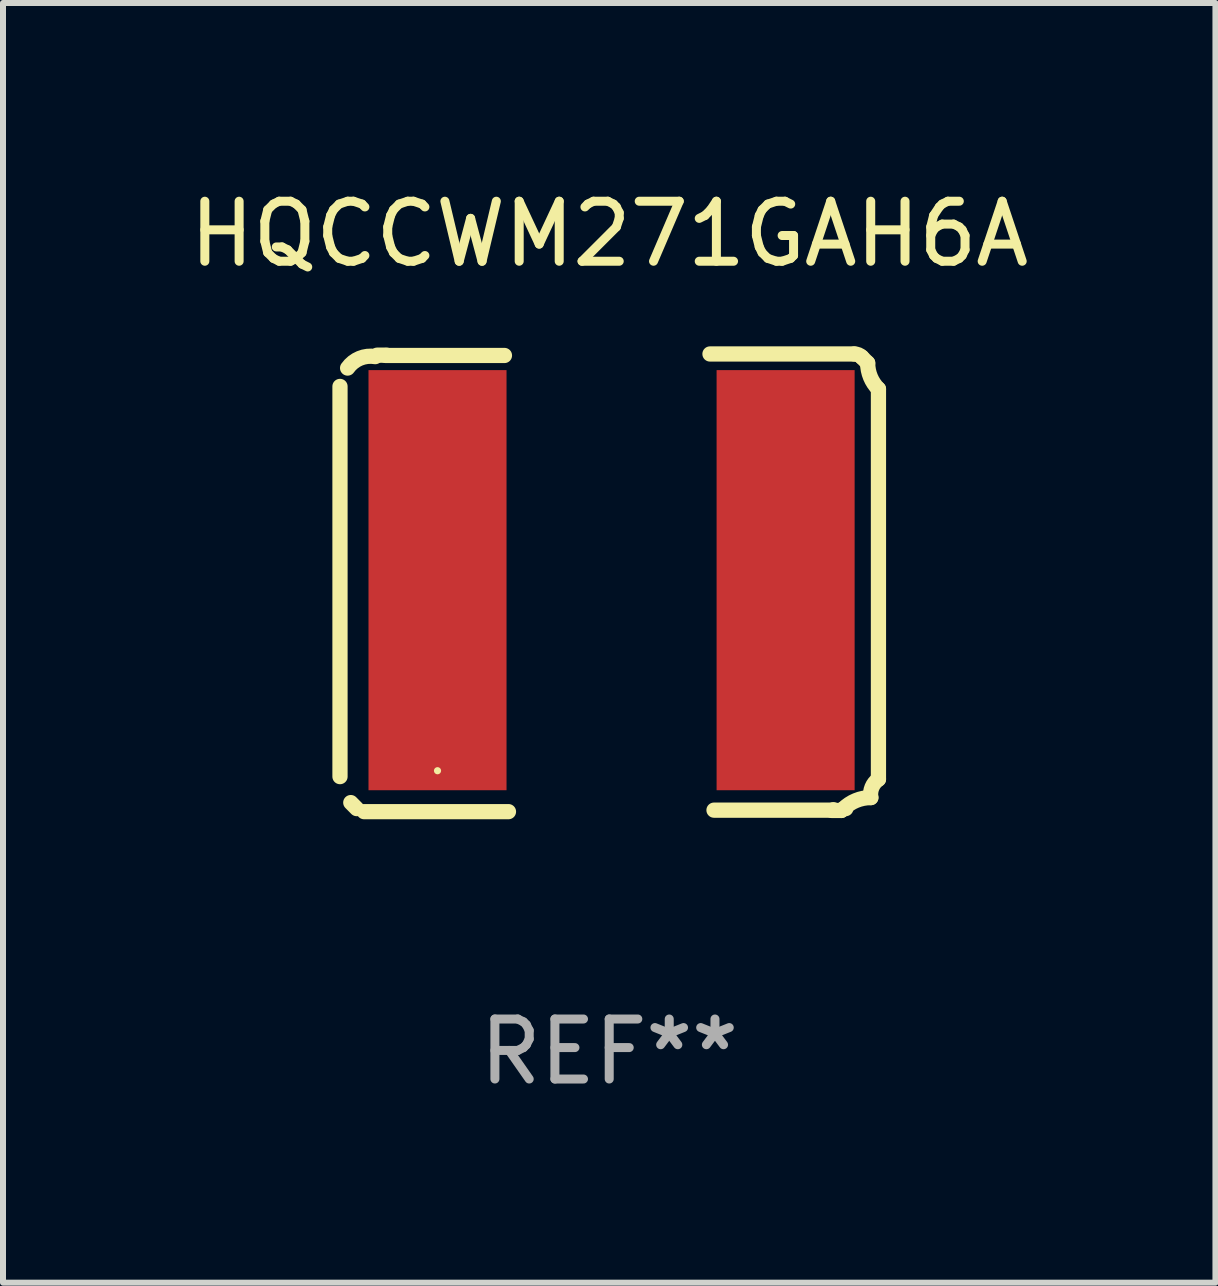
<source format=kicad_pcb>
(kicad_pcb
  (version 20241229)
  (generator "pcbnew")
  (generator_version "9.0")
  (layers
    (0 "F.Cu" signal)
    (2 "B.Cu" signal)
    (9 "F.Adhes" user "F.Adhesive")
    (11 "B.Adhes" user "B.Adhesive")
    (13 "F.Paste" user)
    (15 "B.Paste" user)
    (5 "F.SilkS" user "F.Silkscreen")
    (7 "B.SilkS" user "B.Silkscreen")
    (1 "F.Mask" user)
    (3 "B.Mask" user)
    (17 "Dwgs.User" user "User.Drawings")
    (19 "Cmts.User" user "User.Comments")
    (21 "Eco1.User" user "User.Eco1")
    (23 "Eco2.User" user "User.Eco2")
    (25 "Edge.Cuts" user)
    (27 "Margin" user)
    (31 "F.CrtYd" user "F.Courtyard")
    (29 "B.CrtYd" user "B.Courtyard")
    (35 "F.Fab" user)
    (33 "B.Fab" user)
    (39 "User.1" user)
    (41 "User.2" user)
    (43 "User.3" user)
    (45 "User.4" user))
  (footprint "HQCCWM271GAH6A"
    (layer "F.Cu")
    (at 7.101 6.661)
    (property "Reference" "HQCCWM271GAH6A" (at 0 -5.813 0) (layer "F.SilkS") (effects (font (size 1 1) (thickness 0.15))))
    (attr through_hole)
    (fp_line (start -4.486 -3.272) (end -4.486 3.229) (stroke (width 0.254) (type solid)) (layer "F.SilkS"))
    (fp_line (start -4.306 3.662) (end -4.207 3.762) (stroke (width 0.254) (type solid)) (layer "F.SilkS"))
    (fp_line (start -4.084 3.813) (end -1.679 3.813) (stroke (width 0.254) (type solid)) (layer "F.SilkS"))
    (fp_line (start -3.867 -3.793) (end -3.71 -3.793) (stroke (width 0.254) (type solid)) (layer "F.SilkS"))
    (fp_line (start -3.722 -3.788) (end -1.746 -3.788) (stroke (width 0.254) (type solid)) (layer "F.SilkS"))
    (fp_line (start 3.722 3.788) (end 1.746 3.788) (stroke (width 0.254) (type solid)) (layer "F.SilkS"))
    (fp_line (start 3.867 3.793) (end 3.71 3.793) (stroke (width 0.254) (type solid)) (layer "F.SilkS"))
    (fp_line (start 4.084 -3.813) (end 1.679 -3.813) (stroke (width 0.254) (type solid)) (layer "F.SilkS"))
    (fp_line (start 4.306 -3.662) (end 4.207 -3.762) (stroke (width 0.254) (type solid)) (layer "F.SilkS"))
    (fp_line (start 4.486 3.272) (end 4.486 -3.229) (stroke (width 0.254) (type solid)) (layer "F.SilkS"))
    (fp_arc (start -4.358992 -3.578563) (mid -4.156557 -3.740265) (end -3.899073 -3.769063) (stroke (width 0.254001) (type solid)) (layer "F.SilkS"))
    (fp_arc (start 3.721856 3.787782) (mid 3.728978 3.782092) (end 3.738037 3.781077) (stroke (width 0.254001) (type solid)) (layer "F.SilkS"))
    (fp_arc (start 3.867373 3.792659) (mid 3.900142 3.766484) (end 3.941821 3.761824) (stroke (width 0.254001) (type solid)) (layer "F.SilkS"))
    (fp_arc (start 3.899073 3.769063) (mid 4.110086 3.628071) (end 4.358992 3.578563) (stroke (width 0.254001) (type solid)) (layer "F.SilkS"))
    (fp_arc (start 4.08396 -3.812852) (mid 4.150327 -3.799647) (end 4.206591 -3.762052) (stroke (width 0.254001) (type solid)) (layer "F.SilkS"))
    (fp_arc (start 4.358992 3.578562) (mid 4.378192 3.406911) (end 4.485992 3.271959) (stroke (width 0.254001) (type solid)) (layer "F.SilkS"))
    (fp_arc (start 4.485992 -3.228651) (mid 4.353065 -3.42759) (end 4.306388 -3.662255) (stroke (width 0.254001) (type solid)) (layer "F.SilkS"))
    (fp_circle (center -2.861 3.131) (end -2.831 3.131) (stroke (width 0.06) (type solid)) (fill no) (layer "F.SilkS"))
    (fp_text user "REF**" (at 0 7.813 0) (layer "F.Fab") (effects (font (size 1 1) (thickness 0.15))))
    (pad "1" smd rect (at -2.861 -0.044) (size 2.3 7) (layers "F.Cu" "F.Mask" "F.Paste"))
    (pad "2" smd rect (at 2.939 -0.044) (size 2.3 7) (layers "F.Cu" "F.Mask" "F.Paste")))
  (gr_rect
    (start -3 -3)
    (end 17.202 18.322)
    (stroke (width 0.1) (type default))
    (fill no)
    (layer "Edge.Cuts")))
</source>
